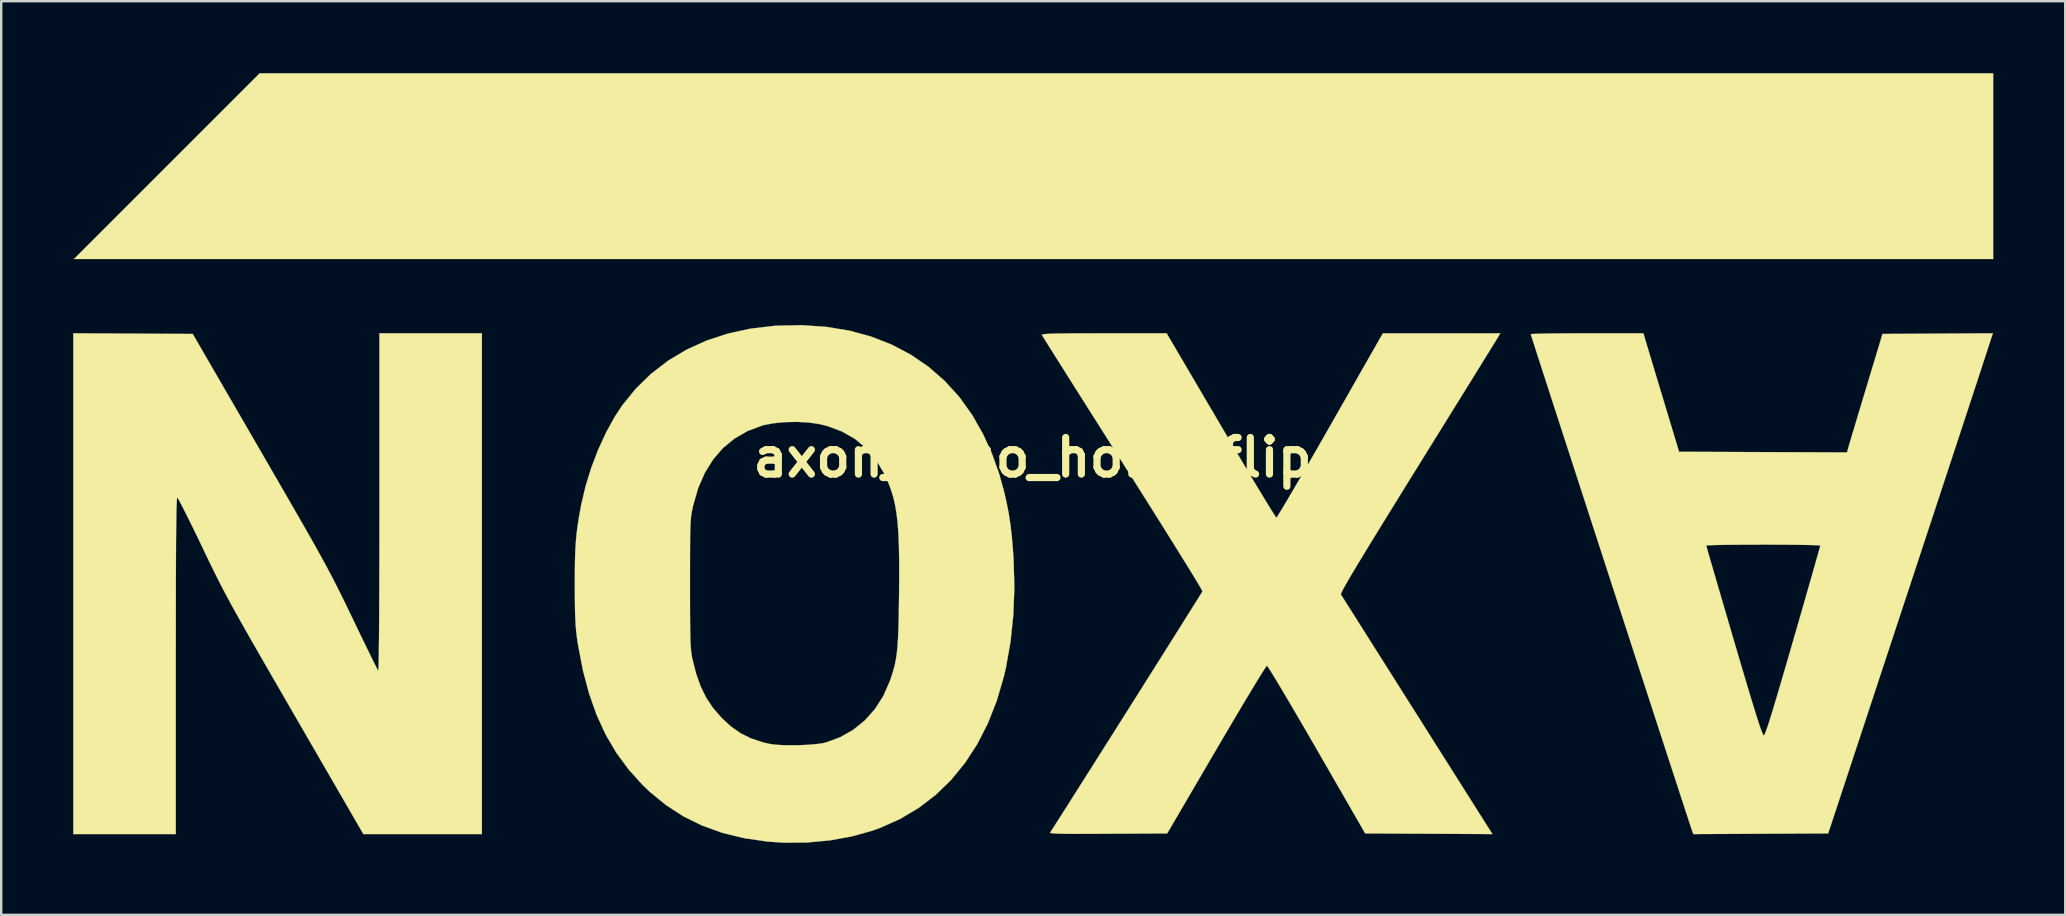
<source format=kicad_pcb>
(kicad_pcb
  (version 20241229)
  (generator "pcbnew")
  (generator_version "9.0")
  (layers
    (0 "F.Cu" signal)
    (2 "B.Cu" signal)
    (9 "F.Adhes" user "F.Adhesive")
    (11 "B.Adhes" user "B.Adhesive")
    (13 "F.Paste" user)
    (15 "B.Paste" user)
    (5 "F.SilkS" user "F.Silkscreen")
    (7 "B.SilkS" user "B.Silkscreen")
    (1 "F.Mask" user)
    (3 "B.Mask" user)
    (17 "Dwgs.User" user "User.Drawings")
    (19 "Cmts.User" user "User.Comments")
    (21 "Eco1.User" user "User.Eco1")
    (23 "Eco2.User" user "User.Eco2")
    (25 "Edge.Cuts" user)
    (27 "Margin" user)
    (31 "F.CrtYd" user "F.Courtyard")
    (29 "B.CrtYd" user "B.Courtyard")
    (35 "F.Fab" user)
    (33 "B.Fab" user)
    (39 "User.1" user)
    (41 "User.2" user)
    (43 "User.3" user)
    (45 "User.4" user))
  (footprint "axon_logo_horiz_flip"
    (layer "F.Cu")
    (at 39.973 16.013)
    (property "Reference" "axon_logo_horiz_flip" (at 0 0 0) (layer "F.SilkS") (effects (font (size 1.524 1.524) (thickness 0.3))))
    (attr through_hole)
    (fp_poly (pts (xy 40.021 -8.271) (xy -39.941 -8.271) (xy -36.072 -12.14) (xy -32.204 -16.008) (xy 40.021 -16.008) (xy 40.021 -8.271)) (stroke (width 0.01) (type solid)) (fill yes) (layer "F.SilkS"))
    (fp_poly (pts (xy -37.481 -5.163) (xy -34.994 -5.149) (xy -32.165 -0.267) (xy -31.71 0.519) (xy -31.304 1.221) (xy -30.943 1.845) (xy -30.624 2.4) (xy -30.341 2.893) (xy -30.091 3.332) (xy -29.87 3.724) (xy -29.673 4.078) (xy -29.497 4.4) (xy -29.336 4.698) (xy -29.187 4.98) (xy -29.046 5.254) (xy -28.908 5.526) (xy -28.77 5.806) (xy -28.626 6.099) (xy -28.474 6.415) (xy -28.325 6.724) (xy -28.113 7.166) (xy -27.913 7.579) (xy -27.731 7.953) (xy -27.572 8.277) (xy -27.441 8.542) (xy -27.342 8.738) (xy -27.282 8.854) (xy -27.265 8.882) (xy -27.257 8.837) (xy -27.25 8.688) (xy -27.244 8.438) (xy -27.238 8.09) (xy -27.233 7.646) (xy -27.228 7.109) (xy -27.224 6.483) (xy -27.221 5.77) (xy -27.218 4.973) (xy -27.216 4.095) (xy -27.215 3.138) (xy -27.214 2.105) (xy -27.214 1.878) (xy -27.214 -5.176) (xy -22.945 -5.176) (xy -22.945 15.688) (xy -27.884 15.688) (xy -30.749 10.739) (xy -31.207 9.947) (xy -31.615 9.24) (xy -31.978 8.611) (xy -32.3 8.051) (xy -32.585 7.554) (xy -32.836 7.112) (xy -33.059 6.717) (xy -33.257 6.362) (xy -33.434 6.04) (xy -33.594 5.743) (xy -33.742 5.463) (xy -33.881 5.194) (xy -34.015 4.927) (xy -34.15 4.656) (xy -34.288 4.372) (xy -34.434 4.068) (xy -34.592 3.739) (xy -34.801 3.303) (xy -34.998 2.898) (xy -35.178 2.534) (xy -35.335 2.221) (xy -35.464 1.968) (xy -35.561 1.786) (xy -35.62 1.684) (xy -35.635 1.666) (xy -35.645 1.687) (xy -35.653 1.757) (xy -35.661 1.881) (xy -35.668 2.063) (xy -35.674 2.307) (xy -35.679 2.618) (xy -35.684 3) (xy -35.688 3.457) (xy -35.691 3.992) (xy -35.694 4.611) (xy -35.696 5.318) (xy -35.697 6.116) (xy -35.698 7.009) (xy -35.699 8.003) (xy -35.699 8.667) (xy -35.699 15.688) (xy -39.968 15.688) (xy -39.968 -5.177) (xy -37.481 -5.163)) (stroke (width 0.01) (type solid)) (fill yes) (layer "F.SilkS"))
    (fp_poly (pts (xy 39.509 -3.642) (xy 39.437 -3.425) (xy 39.335 -3.113) (xy 39.203 -2.712) (xy 39.044 -2.228) (xy 38.861 -1.669) (xy 38.654 -1.04) (xy 38.426 -0.349) (xy 38.18 0.4) (xy 37.917 1.199) (xy 37.639 2.041) (xy 37.349 2.922) (xy 37.048 3.834) (xy 36.74 4.77) (xy 36.425 5.726) (xy 36.106 6.693) (xy 36.078 6.777) (xy 33.148 15.662) (xy 30.34 15.675) (xy 27.532 15.689) (xy 27.484 15.562) (xy 27.46 15.493) (xy 27.406 15.329) (xy 27.323 15.076) (xy 27.213 14.74) (xy 27.078 14.327) (xy 26.92 13.842) (xy 26.74 13.292) (xy 26.541 12.682) (xy 26.325 12.018) (xy 26.093 11.306) (xy 25.847 10.551) (xy 25.59 9.76) (xy 25.323 8.939) (xy 25.047 8.092) (xy 24.766 7.226) (xy 24.48 6.347) (xy 24.192 5.461) (xy 23.903 4.573) (xy 23.616 3.689) (xy 23.609 3.668) (xy 28.068 3.668) (xy 28.083 3.724) (xy 28.125 3.875) (xy 28.193 4.112) (xy 28.285 4.428) (xy 28.397 4.815) (xy 28.528 5.264) (xy 28.675 5.768) (xy 28.837 6.319) (xy 29.01 6.91) (xy 29.192 7.531) (xy 29.225 7.644) (xy 29.45 8.407) (xy 29.647 9.073) (xy 29.819 9.647) (xy 29.966 10.135) (xy 30.091 10.541) (xy 30.195 10.872) (xy 30.279 11.132) (xy 30.347 11.328) (xy 30.399 11.463) (xy 30.436 11.545) (xy 30.462 11.578) (xy 30.466 11.579) (xy 30.488 11.556) (xy 30.523 11.486) (xy 30.571 11.363) (xy 30.633 11.181) (xy 30.713 10.935) (xy 30.811 10.62) (xy 30.929 10.23) (xy 31.069 9.76) (xy 31.232 9.205) (xy 31.421 8.559) (xy 31.636 7.816) (xy 31.686 7.643) (xy 31.867 7.017) (xy 32.039 6.421) (xy 32.199 5.862) (xy 32.346 5.348) (xy 32.478 4.889) (xy 32.591 4.491) (xy 32.684 4.162) (xy 32.755 3.91) (xy 32.801 3.744) (xy 32.82 3.671) (xy 32.82 3.669) (xy 32.768 3.66) (xy 32.623 3.652) (xy 32.397 3.645) (xy 32.104 3.64) (xy 31.756 3.635) (xy 31.367 3.632) (xy 30.949 3.63) (xy 30.517 3.629) (xy 30.082 3.63) (xy 29.658 3.631) (xy 29.258 3.634) (xy 28.895 3.638) (xy 28.582 3.643) (xy 28.332 3.649) (xy 28.159 3.656) (xy 28.074 3.665) (xy 28.068 3.668) (xy 23.609 3.668) (xy 23.332 2.815) (xy 23.054 1.957) (xy 22.782 1.121) (xy 22.52 0.312) (xy 22.268 -0.464) (xy 22.029 -1.2) (xy 21.805 -1.892) (xy 21.597 -2.533) (xy 21.408 -3.117) (xy 21.239 -3.639) (xy 21.093 -4.093) (xy 20.97 -4.472) (xy 20.874 -4.772) (xy 20.805 -4.986) (xy 20.766 -5.109) (xy 20.758 -5.138) (xy 20.809 -5.146) (xy 20.957 -5.153) (xy 21.189 -5.16) (xy 21.496 -5.166) (xy 21.867 -5.17) (xy 22.291 -5.174) (xy 22.756 -5.176) (xy 23.104 -5.176) (xy 25.45 -5.176) (xy 25.532 -4.896) (xy 25.565 -4.785) (xy 25.625 -4.585) (xy 25.708 -4.307) (xy 25.812 -3.963) (xy 25.931 -3.567) (xy 26.063 -3.13) (xy 26.203 -2.665) (xy 26.275 -2.428) (xy 26.935 -0.24) (xy 30.434 -0.226) (xy 33.933 -0.213) (xy 33.989 -0.413) (xy 34.015 -0.505) (xy 34.069 -0.688) (xy 34.147 -0.951) (xy 34.246 -1.28) (xy 34.362 -1.666) (xy 34.491 -2.097) (xy 34.631 -2.56) (xy 34.728 -2.882) (xy 35.412 -5.149) (xy 37.711 -5.163) (xy 40.009 -5.177) (xy 39.509 -3.642)) (stroke (width 0.01) (type solid)) (fill yes) (layer "F.SilkS"))
    (fp_poly (pts (xy 7.842 -1.334) (xy 8.187 -0.748) (xy 8.518 -0.189) (xy 8.829 0.336) (xy 9.118 0.82) (xy 9.38 1.256) (xy 9.611 1.638) (xy 9.807 1.96) (xy 9.963 2.213) (xy 10.077 2.392) (xy 10.143 2.489) (xy 10.159 2.506) (xy 10.194 2.461) (xy 10.277 2.329) (xy 10.406 2.118) (xy 10.574 1.835) (xy 10.78 1.486) (xy 11.018 1.079) (xy 11.284 0.62) (xy 11.575 0.116) (xy 11.887 -0.426) (xy 12.215 -1) (xy 12.407 -1.335) (xy 14.594 -5.175) (xy 17.041 -5.175) (xy 19.487 -5.176) (xy 19.384 -5.003) (xy 19.343 -4.935) (xy 19.249 -4.783) (xy 19.106 -4.552) (xy 18.918 -4.248) (xy 18.688 -3.877) (xy 18.421 -3.445) (xy 18.119 -2.958) (xy 17.786 -2.421) (xy 17.426 -1.841) (xy 17.043 -1.223) (xy 16.64 -0.574) (xy 16.221 0.101) (xy 16.038 0.397) (xy 15.518 1.235) (xy 15.053 1.987) (xy 14.64 2.656) (xy 14.276 3.247) (xy 13.96 3.763) (xy 13.689 4.209) (xy 13.46 4.588) (xy 13.271 4.904) (xy 13.12 5.162) (xy 13.005 5.365) (xy 12.922 5.517) (xy 12.87 5.623) (xy 12.847 5.685) (xy 12.846 5.707) (xy 12.883 5.764) (xy 12.972 5.905) (xy 13.108 6.121) (xy 13.289 6.406) (xy 13.508 6.753) (xy 13.761 7.153) (xy 14.044 7.601) (xy 14.352 8.089) (xy 14.681 8.609) (xy 15.026 9.154) (xy 15.382 9.718) (xy 15.746 10.293) (xy 16.112 10.871) (xy 16.475 11.446) (xy 16.832 12.011) (xy 17.178 12.558) (xy 17.508 13.08) (xy 17.818 13.569) (xy 18.102 14.02) (xy 18.358 14.423) (xy 18.579 14.773) (xy 18.762 15.062) (xy 18.902 15.283) (xy 18.994 15.429) (xy 19.032 15.489) (xy 19.159 15.689) (xy 16.509 15.675) (xy 13.859 15.662) (xy 11.845 12.166) (xy 11.521 11.606) (xy 11.212 11.074) (xy 10.921 10.577) (xy 10.654 10.122) (xy 10.413 9.716) (xy 10.204 9.366) (xy 10.03 9.079) (xy 9.896 8.863) (xy 9.806 8.725) (xy 9.765 8.672) (xy 9.764 8.671) (xy 9.727 8.716) (xy 9.641 8.846) (xy 9.509 9.055) (xy 9.337 9.334) (xy 9.129 9.677) (xy 8.888 10.077) (xy 8.62 10.526) (xy 8.328 11.019) (xy 8.017 11.546) (xy 7.69 12.103) (xy 7.653 12.166) (xy 5.608 15.662) (xy 3.144 15.675) (xy 2.55 15.678) (xy 2.056 15.679) (xy 1.653 15.679) (xy 1.334 15.676) (xy 1.091 15.671) (xy 0.917 15.663) (xy 0.804 15.653) (xy 0.745 15.641) (xy 0.732 15.625) (xy 0.734 15.622) (xy 0.771 15.565) (xy 0.862 15.426) (xy 0.999 15.21) (xy 1.18 14.927) (xy 1.4 14.581) (xy 1.654 14.181) (xy 1.937 13.733) (xy 2.247 13.245) (xy 2.577 12.724) (xy 2.923 12.176) (xy 3.282 11.609) (xy 3.648 11.029) (xy 4.017 10.445) (xy 4.385 9.862) (xy 4.747 9.288) (xy 5.099 8.73) (xy 5.436 8.195) (xy 5.754 7.691) (xy 6.048 7.223) (xy 6.314 6.8) (xy 6.548 6.427) (xy 6.745 6.113) (xy 6.9 5.865) (xy 7.01 5.689) (xy 7.069 5.592) (xy 7.078 5.575) (xy 7.054 5.522) (xy 6.975 5.385) (xy 6.846 5.168) (xy 6.671 4.879) (xy 6.452 4.523) (xy 6.193 4.104) (xy 5.898 3.63) (xy 5.571 3.106) (xy 5.214 2.536) (xy 4.832 1.928) (xy 4.427 1.286) (xy 4.003 0.617) (xy 3.759 0.232) (xy 3.326 -0.451) (xy 2.909 -1.109) (xy 2.512 -1.737) (xy 2.137 -2.329) (xy 1.789 -2.879) (xy 1.471 -3.383) (xy 1.187 -3.833) (xy 0.941 -4.224) (xy 0.735 -4.551) (xy 0.573 -4.809) (xy 0.46 -4.99) (xy 0.399 -5.091) (xy 0.388 -5.109) (xy 0.402 -5.125) (xy 0.463 -5.138) (xy 0.577 -5.149) (xy 0.752 -5.158) (xy 0.995 -5.165) (xy 1.314 -5.17) (xy 1.715 -5.173) (xy 2.207 -5.175) (xy 2.796 -5.176) (xy 2.974 -5.176) (xy 5.585 -5.176) (xy 7.842 -1.334)) (stroke (width 0.01) (type solid)) (fill yes) (layer "F.SilkS"))
    (fp_poly (pts (xy -8.598 -5.445) (xy -7.635 -5.286) (xy -6.725 -5.039) (xy -5.87 -4.705) (xy -5.074 -4.285) (xy -4.337 -3.781) (xy -3.664 -3.194) (xy -3.057 -2.526) (xy -2.518 -1.777) (xy -2.056 -0.963) (xy -1.691 -0.159) (xy -1.398 0.66) (xy -1.196 1.387) (xy -1.084 1.872) (xy -0.994 2.333) (xy -0.923 2.798) (xy -0.865 3.297) (xy -0.818 3.856) (xy -0.791 4.25) (xy -0.759 5.409) (xy -0.803 6.561) (xy -0.921 7.685) (xy -1.112 8.759) (xy -1.197 9.126) (xy -1.494 10.137) (xy -1.863 11.075) (xy -2.304 11.937) (xy -2.814 12.722) (xy -3.392 13.429) (xy -4.036 14.055) (xy -4.746 14.598) (xy -5.519 15.058) (xy -6.354 15.431) (xy -6.682 15.549) (xy -7.542 15.788) (xy -8.456 15.953) (xy -9.4 16.04) (xy -10.35 16.048) (xy -11.046 16.001) (xy -12.019 15.859) (xy -12.924 15.639) (xy -13.764 15.337) (xy -14.547 14.951) (xy -15.277 14.479) (xy -15.961 13.919) (xy -16.251 13.64) (xy -16.833 12.995) (xy -17.343 12.3) (xy -17.786 11.546) (xy -18.163 10.727) (xy -18.479 9.835) (xy -18.736 8.865) (xy -18.938 7.809) (xy -18.952 7.724) (xy -18.987 7.481) (xy -19.015 7.251) (xy -19.036 7.017) (xy -19.051 6.761) (xy -19.062 6.464) (xy -19.068 6.108) (xy -19.072 5.675) (xy -19.073 5.363) (xy -19.073 5.256) (xy -14.274 5.256) (xy -14.274 5.871) (xy -14.273 6.389) (xy -14.27 6.821) (xy -14.266 7.177) (xy -14.261 7.468) (xy -14.253 7.703) (xy -14.242 7.894) (xy -14.229 8.049) (xy -14.213 8.181) (xy -14.193 8.298) (xy -14.177 8.378) (xy -14.02 9.001) (xy -13.83 9.538) (xy -13.599 10.01) (xy -13.315 10.435) (xy -12.971 10.832) (xy -12.94 10.864) (xy -12.556 11.216) (xy -12.165 11.489) (xy -11.741 11.699) (xy -11.255 11.861) (xy -10.991 11.926) (xy -10.757 11.961) (xy -10.446 11.982) (xy -10.086 11.99) (xy -9.706 11.985) (xy -9.334 11.968) (xy -8.997 11.939) (xy -8.724 11.9) (xy -8.618 11.875) (xy -8.019 11.655) (xy -7.473 11.346) (xy -6.988 10.953) (xy -6.569 10.482) (xy -6.221 9.937) (xy -5.952 9.328) (xy -5.868 9.084) (xy -5.798 8.856) (xy -5.74 8.632) (xy -5.693 8.399) (xy -5.656 8.143) (xy -5.627 7.853) (xy -5.605 7.515) (xy -5.589 7.116) (xy -5.577 6.645) (xy -5.568 6.088) (xy -5.563 5.683) (xy -5.557 4.917) (xy -5.559 4.247) (xy -5.57 3.661) (xy -5.592 3.15) (xy -5.625 2.702) (xy -5.672 2.307) (xy -5.733 1.953) (xy -5.81 1.63) (xy -5.904 1.327) (xy -6.017 1.033) (xy -6.15 0.738) (xy -6.197 0.642) (xy -6.524 0.092) (xy -6.924 -0.379) (xy -7.393 -0.771) (xy -7.931 -1.081) (xy -8.533 -1.308) (xy -8.885 -1.395) (xy -9.322 -1.459) (xy -9.808 -1.486) (xy -10.306 -1.476) (xy -10.78 -1.431) (xy -11.195 -1.352) (xy -11.258 -1.335) (xy -11.868 -1.108) (xy -12.414 -0.796) (xy -12.895 -0.401) (xy -13.309 0.076) (xy -13.655 0.634) (xy -13.933 1.272) (xy -14.141 1.989) (xy -14.153 2.039) (xy -14.18 2.166) (xy -14.203 2.286) (xy -14.222 2.409) (xy -14.237 2.546) (xy -14.249 2.706) (xy -14.258 2.901) (xy -14.265 3.141) (xy -14.269 3.437) (xy -14.272 3.8) (xy -14.273 4.24) (xy -14.274 4.767) (xy -14.274 5.256) (xy -19.073 5.256) (xy -19.072 4.793) (xy -19.066 4.309) (xy -19.053 3.89) (xy -19.03 3.515) (xy -18.998 3.164) (xy -18.953 2.817) (xy -18.895 2.451) (xy -18.821 2.047) (xy -18.802 1.948) (xy -18.625 1.194) (xy -18.389 0.43) (xy -18.102 -0.32) (xy -17.775 -1.033) (xy -17.419 -1.683) (xy -17.105 -2.161) (xy -16.536 -2.864) (xy -15.896 -3.489) (xy -15.189 -4.033) (xy -14.418 -4.494) (xy -13.586 -4.872) (xy -12.696 -5.165) (xy -11.752 -5.37) (xy -10.756 -5.487) (xy -10.671 -5.493) (xy -9.611 -5.514) (xy -8.598 -5.445)) (stroke (width 0.01) (type solid)) (fill yes) (layer "F.SilkS")))
  (gr_rect
    (start -3 -3)
    (end 82.999 35.067)
    (stroke (width 0.1) (type default))
    (fill no)
    (layer "Edge.Cuts")))
</source>
